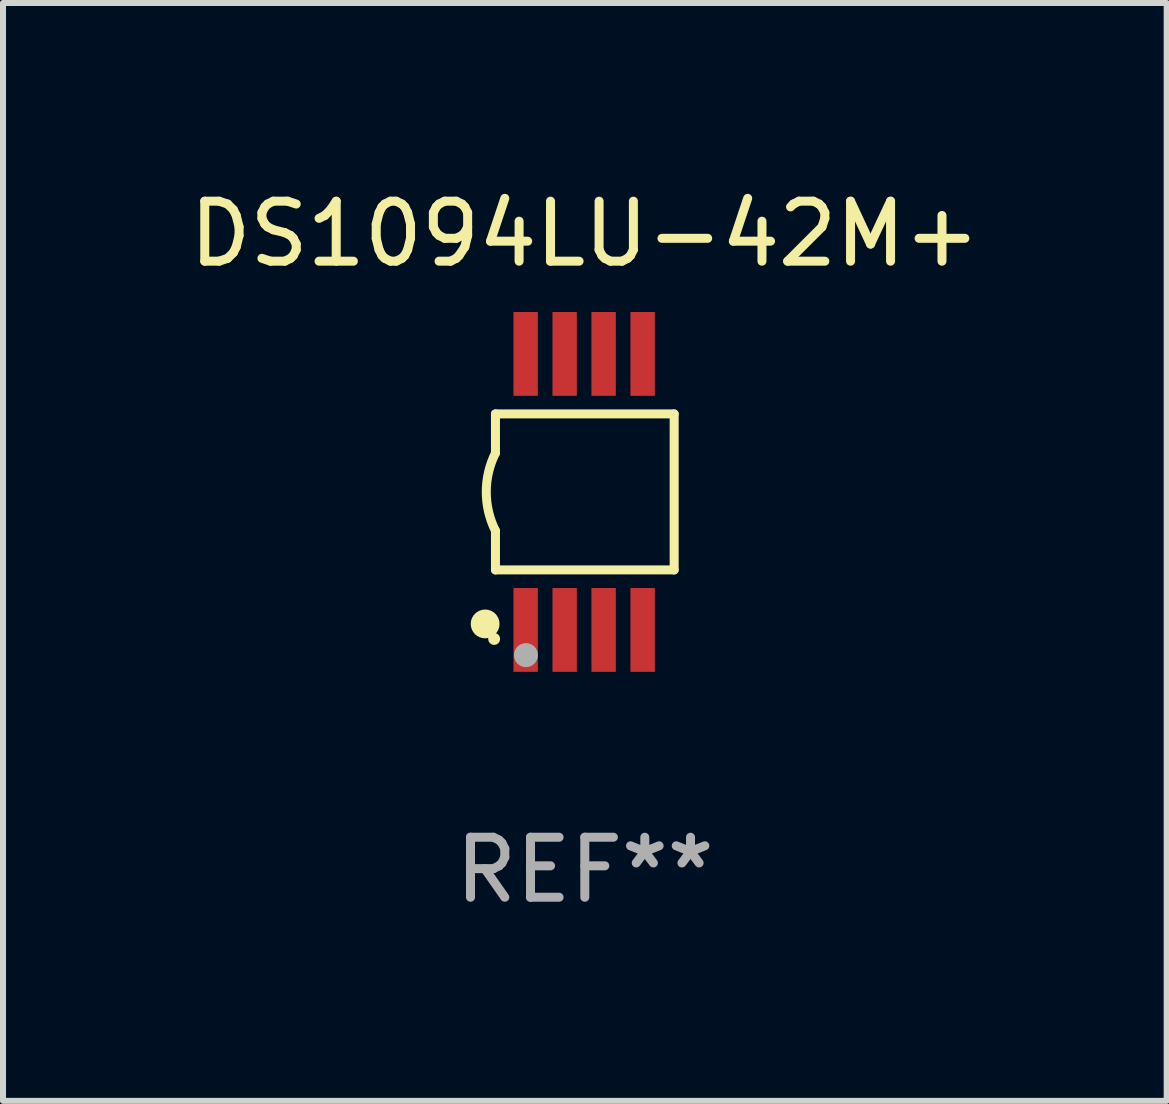
<source format=kicad_pcb>
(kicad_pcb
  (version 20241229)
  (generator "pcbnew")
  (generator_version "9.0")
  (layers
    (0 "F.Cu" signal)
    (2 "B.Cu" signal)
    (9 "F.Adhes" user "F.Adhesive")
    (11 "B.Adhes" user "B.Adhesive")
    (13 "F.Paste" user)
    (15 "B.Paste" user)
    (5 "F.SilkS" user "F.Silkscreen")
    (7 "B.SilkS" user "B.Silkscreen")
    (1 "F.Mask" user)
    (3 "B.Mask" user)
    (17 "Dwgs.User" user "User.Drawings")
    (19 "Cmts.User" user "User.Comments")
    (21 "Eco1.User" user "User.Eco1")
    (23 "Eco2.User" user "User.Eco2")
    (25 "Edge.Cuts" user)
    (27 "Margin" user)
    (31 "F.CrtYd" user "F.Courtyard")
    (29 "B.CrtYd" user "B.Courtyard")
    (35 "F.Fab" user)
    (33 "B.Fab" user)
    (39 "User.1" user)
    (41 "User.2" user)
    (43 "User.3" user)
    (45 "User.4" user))
  (footprint "DS1094LU-42M+"
    (layer "F.Cu")
    (at 6.696 5.148)
    (property "Reference" "DS1094LU-42M+" (at 0 -4.3 0) (layer "F.SilkS") (effects (font (size 1 1) (thickness 0.15))))
    (attr through_hole)
    (fp_line (start -1.489 -1.3) (end -1.489 -0.648) (stroke (width 0.15) (type solid)) (layer "F.SilkS"))
    (fp_line (start -1.489 0.648) (end -1.489 1.3) (stroke (width 0.15) (type solid)) (layer "F.SilkS"))
    (fp_line (start -1.489 1.3) (end 1.489 1.3) (stroke (width 0.15) (type solid)) (layer "F.SilkS"))
    (fp_line (start 1.489 -1.3) (end -1.489 -1.3) (stroke (width 0.15) (type solid)) (layer "F.SilkS"))
    (fp_line (start 1.489 1.3) (end 1.489 -1.3) (stroke (width 0.15) (type solid)) (layer "F.SilkS"))
    (fp_arc (start -1.489205 0.647702) (mid -1.642107 0) (end -1.489205 -0.647701) (stroke (width 0.150013) (type solid)) (layer "F.SilkS"))
    (fp_circle (center -1.661 2.2) (end -1.541 2.2) (stroke (width 0.24) (type solid)) (fill no) (layer "F.SilkS"))
    (fp_circle (center -1.511 2.45) (end -1.461 2.45) (stroke (width 0.1) (type solid)) (fill no) (layer "F.SilkS"))
    (fp_circle (center -0.981 2.72) (end -0.881 2.72) (stroke (width 0.2) (type solid)) (fill no) (layer "F.Fab"))
    (fp_text user "REF**" (at 0 6.3 0) (layer "F.Fab") (effects (font (size 1 1) (thickness 0.15))))
    (pad "1" smd rect (at -0.986 2.3) (size 0.406 1.397) (layers "F.Cu" "F.Mask" "F.Paste"))
    (pad "2" smd rect (at -0.336 2.3) (size 0.406 1.397) (layers "F.Cu" "F.Mask" "F.Paste"))
    (pad "3" smd rect (at 0.314 2.3) (size 0.406 1.397) (layers "F.Cu" "F.Mask" "F.Paste"))
    (pad "4" smd rect (at 0.964 2.3) (size 0.406 1.397) (layers "F.Cu" "F.Mask" "F.Paste"))
    (pad "5" smd rect (at 0.964 -2.3) (size 0.406 1.397) (layers "F.Cu" "F.Mask" "F.Paste"))
    (pad "6" smd rect (at 0.314 -2.3) (size 0.406 1.397) (layers "F.Cu" "F.Mask" "F.Paste"))
    (pad "7" smd rect (at -0.336 -2.3) (size 0.406 1.397) (layers "F.Cu" "F.Mask" "F.Paste"))
    (pad "8" smd rect (at -0.986 -2.3) (size 0.406 1.397) (layers "F.Cu" "F.Mask" "F.Paste")))
  (gr_rect
    (start -3 -3)
    (end 16.393 15.296)
    (stroke (width 0.1) (type default))
    (fill no)
    (layer "Edge.Cuts")))
</source>
